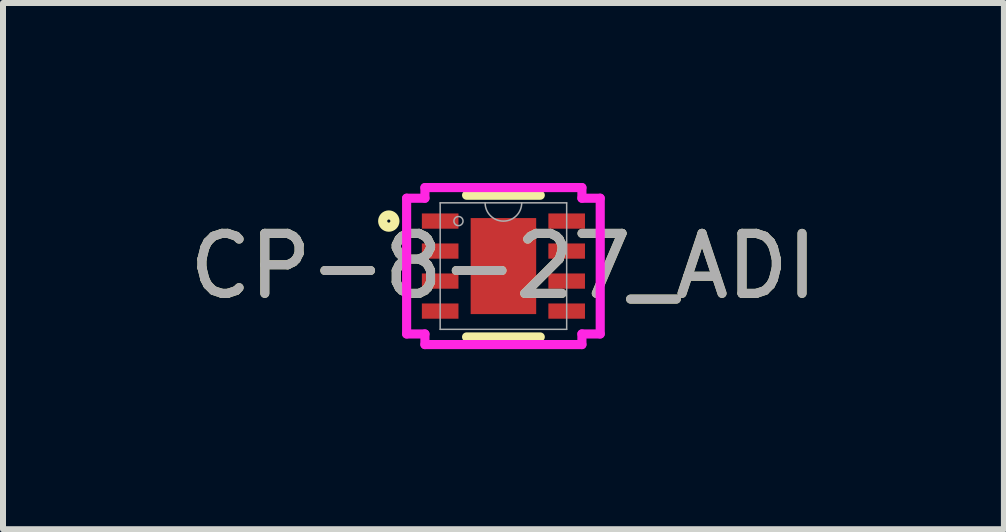
<source format=kicad_pcb>
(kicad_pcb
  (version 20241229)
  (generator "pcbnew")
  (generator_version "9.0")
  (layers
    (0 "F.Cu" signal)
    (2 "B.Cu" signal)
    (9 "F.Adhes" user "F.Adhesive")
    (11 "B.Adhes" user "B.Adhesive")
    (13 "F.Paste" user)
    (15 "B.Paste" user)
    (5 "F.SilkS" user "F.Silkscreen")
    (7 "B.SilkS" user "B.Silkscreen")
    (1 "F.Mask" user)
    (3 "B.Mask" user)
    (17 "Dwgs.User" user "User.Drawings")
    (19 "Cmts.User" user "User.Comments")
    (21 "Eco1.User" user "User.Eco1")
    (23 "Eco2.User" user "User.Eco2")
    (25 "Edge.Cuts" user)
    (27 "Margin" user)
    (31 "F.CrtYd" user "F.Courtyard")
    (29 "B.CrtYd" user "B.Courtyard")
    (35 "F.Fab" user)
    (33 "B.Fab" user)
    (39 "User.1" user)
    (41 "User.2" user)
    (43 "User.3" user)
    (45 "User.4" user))
  (footprint "CP-8-27_ADI"
    (layer "F.Cu")
    (at 5.339 1.384)
    (property "Reference" "CP-8-27_ADI" (at 0 0 0) (unlocked yes) (layer "F.SilkS") (effects (font (size 1 1) (thickness 0.15))))
    (attr smd)
    (fp_line (start -0.614 1.181) (end 0.614 1.181) (stroke (width 0.152) (type solid)) (layer "F.SilkS"))
    (fp_line (start 0.614 -1.181) (end -0.614 -1.181) (stroke (width 0.152) (type solid)) (layer "F.SilkS"))
    (fp_circle (center -1.91 -0.75) (end -1.808 -0.75) (stroke (width 0.152) (type solid)) (fill no) (layer "F.SilkS"))
    (fp_line (start -1.613 -1.131) (end -1.308 -1.131) (stroke (width 0.152) (type solid)) (layer "F.CrtYd"))
    (fp_line (start -1.613 1.131) (end -1.613 -1.131) (stroke (width 0.152) (type solid)) (layer "F.CrtYd"))
    (fp_line (start -1.613 1.131) (end -1.308 1.131) (stroke (width 0.152) (type solid)) (layer "F.CrtYd"))
    (fp_line (start -1.308 -1.308) (end 1.308 -1.308) (stroke (width 0.152) (type solid)) (layer "F.CrtYd"))
    (fp_line (start -1.308 -1.131) (end -1.308 -1.308) (stroke (width 0.152) (type solid)) (layer "F.CrtYd"))
    (fp_line (start -1.308 1.308) (end -1.308 1.131) (stroke (width 0.152) (type solid)) (layer "F.CrtYd"))
    (fp_line (start 1.308 -1.308) (end 1.308 -1.131) (stroke (width 0.152) (type solid)) (layer "F.CrtYd"))
    (fp_line (start 1.308 1.131) (end 1.308 1.308) (stroke (width 0.152) (type solid)) (layer "F.CrtYd"))
    (fp_line (start 1.308 1.308) (end -1.308 1.308) (stroke (width 0.152) (type solid)) (layer "F.CrtYd"))
    (fp_line (start 1.613 -1.131) (end 1.308 -1.131) (stroke (width 0.152) (type solid)) (layer "F.CrtYd"))
    (fp_line (start 1.613 -1.131) (end 1.613 1.131) (stroke (width 0.152) (type solid)) (layer "F.CrtYd"))
    (fp_line (start 1.613 1.131) (end 1.308 1.131) (stroke (width 0.152) (type solid)) (layer "F.CrtYd"))
    (fp_line (start -1.054 -1.054) (end -1.054 1.054) (stroke (width 0.025) (type solid)) (layer "F.Fab"))
    (fp_line (start -1.054 1.054) (end 1.054 1.054) (stroke (width 0.025) (type solid)) (layer "F.Fab"))
    (fp_line (start 1.054 -1.054) (end -1.054 -1.054) (stroke (width 0.025) (type solid)) (layer "F.Fab"))
    (fp_line (start 1.054 1.054) (end 1.054 -1.054) (stroke (width 0.025) (type solid)) (layer "F.Fab"))
    (fp_arc (start 0.3048 -1.0541) (mid 0 -0.7493) (end -0.3048 -1.0541) (stroke (width 0.0254) (type solid)) (layer "F.Fab"))
    (fp_circle (center -0.749 -0.75) (end -0.673 -0.75) (stroke (width 0.025) (type solid)) (fill no) (layer "F.Fab"))
    (fp_text user "${REFERENCE}" (at 0 0 0) (unlocked yes) (layer "F.Fab") (effects (font (size 1 1) (thickness 0.15))))
    (pad "1" smd rect (at -1.054 -0.75) (size 0.61 0.254) (layers "F.Cu" "F.Mask" "F.Paste"))
    (pad "2" smd rect (at -1.054 -0.25) (size 0.61 0.254) (layers "F.Cu" "F.Mask" "F.Paste"))
    (pad "3" smd rect (at -1.054 0.25) (size 0.61 0.254) (layers "F.Cu" "F.Mask" "F.Paste"))
    (pad "4" smd rect (at -1.054 0.75) (size 0.61 0.254) (layers "F.Cu" "F.Mask" "F.Paste"))
    (pad "5" smd rect (at 1.054 0.75) (size 0.61 0.254) (layers "F.Cu" "F.Mask" "F.Paste"))
    (pad "6" smd rect (at 1.054 0.25) (size 0.61 0.254) (layers "F.Cu" "F.Mask" "F.Paste"))
    (pad "7" smd rect (at 1.054 -0.25) (size 0.61 0.254) (layers "F.Cu" "F.Mask" "F.Paste"))
    (pad "8" smd rect (at 1.054 -0.75) (size 0.61 0.254) (layers "F.Cu" "F.Mask" "F.Paste"))
    (pad "9" smd rect (at 0 0) (size 1.092 1.6) (layers "F.Cu" "F.Mask" "F.Paste")))
  (gr_rect
    (start -3 -3)
    (end 13.679 5.769)
    (stroke (width 0.1) (type default))
    (fill no)
    (layer "Edge.Cuts")))
</source>
